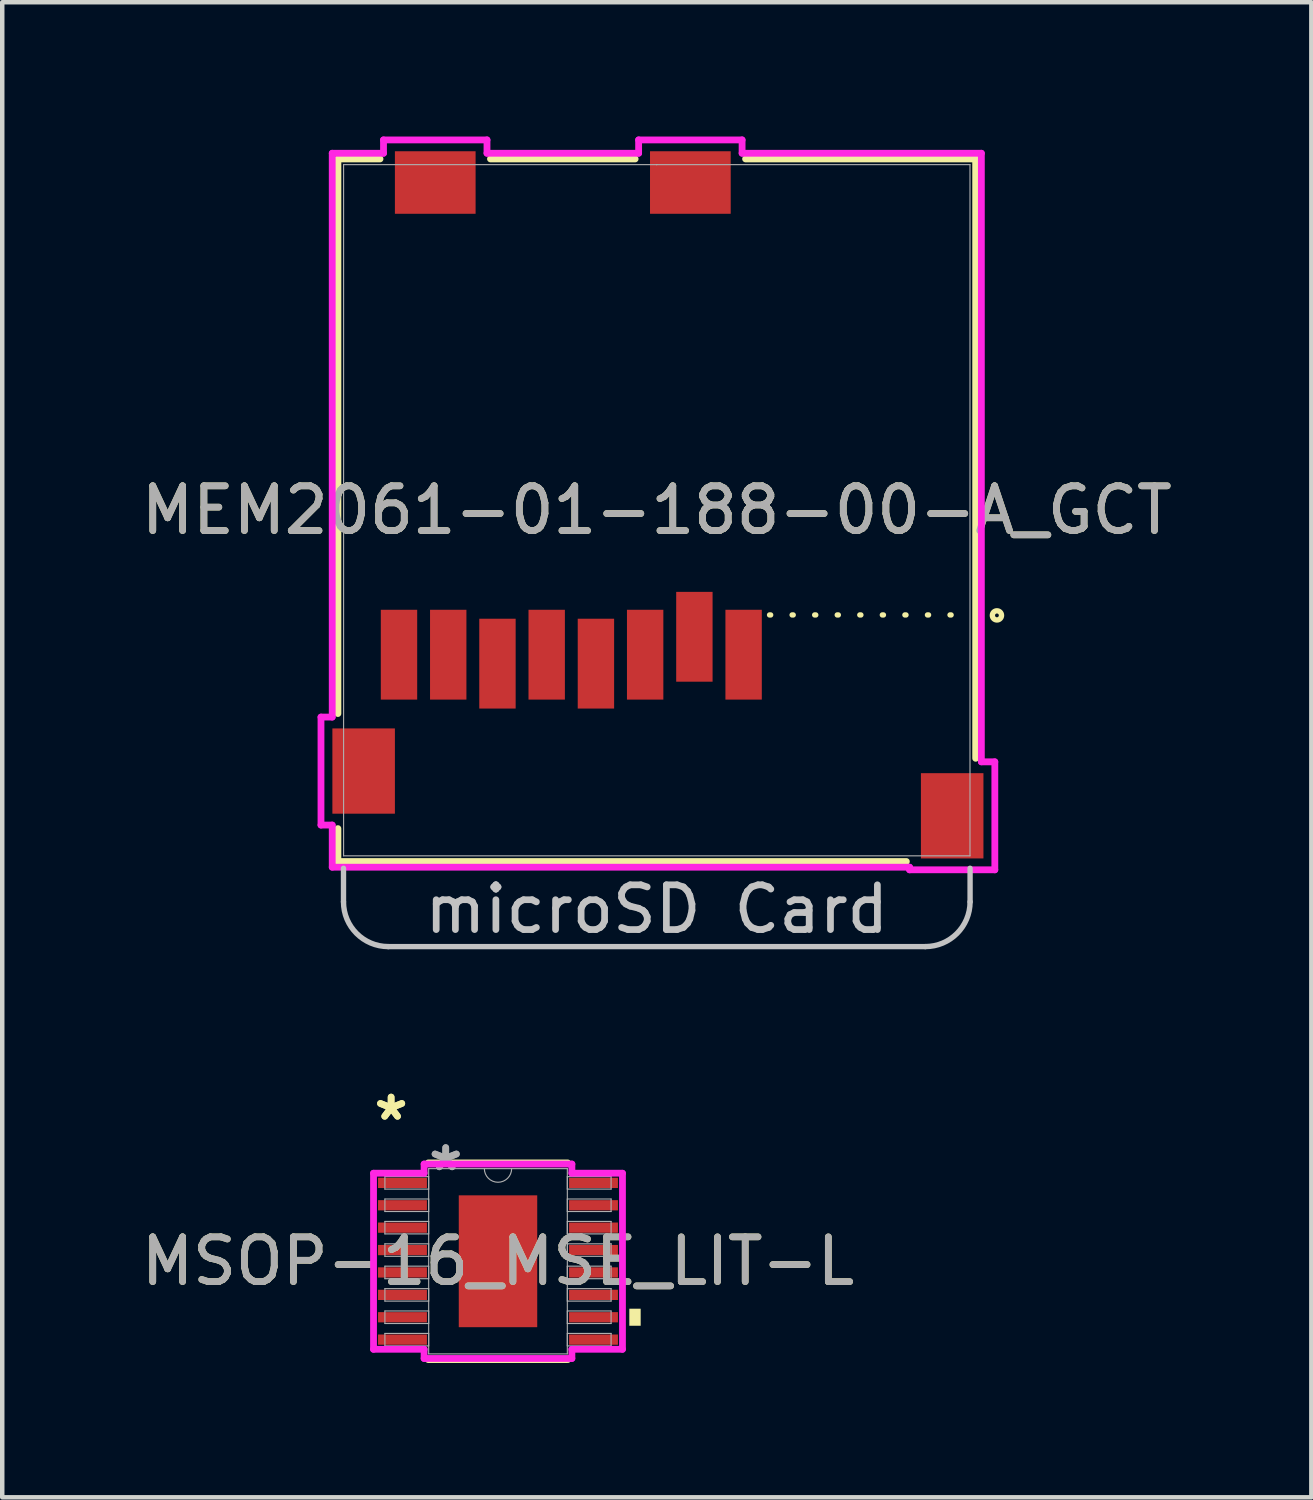
<source format=kicad_pcb>
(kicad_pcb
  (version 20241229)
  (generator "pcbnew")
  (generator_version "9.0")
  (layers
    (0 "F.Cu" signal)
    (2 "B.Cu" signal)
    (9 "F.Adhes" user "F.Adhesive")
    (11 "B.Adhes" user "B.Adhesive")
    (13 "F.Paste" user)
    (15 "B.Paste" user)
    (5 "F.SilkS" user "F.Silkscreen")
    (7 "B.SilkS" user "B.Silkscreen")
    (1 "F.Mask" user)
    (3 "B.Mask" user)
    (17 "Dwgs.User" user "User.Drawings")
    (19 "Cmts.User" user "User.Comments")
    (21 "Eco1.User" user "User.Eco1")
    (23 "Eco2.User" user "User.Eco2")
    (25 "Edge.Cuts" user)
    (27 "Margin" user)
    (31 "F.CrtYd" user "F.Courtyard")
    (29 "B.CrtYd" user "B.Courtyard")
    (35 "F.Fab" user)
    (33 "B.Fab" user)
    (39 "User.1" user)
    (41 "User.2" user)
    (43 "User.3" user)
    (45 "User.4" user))
  (footprint "MSOP-16_MSE_LIT-L"
    (layer "F.Cu")
    (at 8.077 25.131)
    (property "Reference" "MSOP-16_MSE_LIT-L" (at 0 0 0) (unlocked yes) (layer "F.SilkS") (effects (font (size 1 1) (thickness 0.15))))
    (attr smd)
    (fp_line (start -1.558 2.197) (end 1.558 2.197) (stroke (width 0.152) (type solid)) (layer "F.SilkS"))
    (fp_line (start 1.558 -2.197) (end -1.558 -2.197) (stroke (width 0.152) (type solid)) (layer "F.SilkS"))
    (fp_poly (pts (xy 3.188 1.06) (xy 3.188 1.441) (xy 2.934 1.441) (xy 2.934 1.06)) (stroke (width 0) (type solid)) (fill yes) (layer "F.SilkS"))
    (fp_poly (pts (xy -0.776 -1.373) (xy -0.776 -0.1) (xy 0.776 -0.1) (xy 0.776 -1.373)) (stroke (width 0) (type solid)) (fill yes) (layer "F.Paste"))
    (fp_poly (pts (xy -0.776 0.1) (xy -0.776 1.373) (xy 0.776 1.373) (xy 0.776 0.1)) (stroke (width 0) (type solid)) (fill yes) (layer "F.Paste"))
    (fp_line (start -2.781 -1.967) (end -1.651 -1.967) (stroke (width 0.152) (type solid)) (layer "F.CrtYd"))
    (fp_line (start -2.781 1.967) (end -2.781 -1.967) (stroke (width 0.152) (type solid)) (layer "F.CrtYd"))
    (fp_line (start -2.781 1.967) (end -1.651 1.967) (stroke (width 0.152) (type solid)) (layer "F.CrtYd"))
    (fp_line (start -1.651 -2.172) (end 1.651 -2.172) (stroke (width 0.152) (type solid)) (layer "F.CrtYd"))
    (fp_line (start -1.651 -1.967) (end -1.651 -2.172) (stroke (width 0.152) (type solid)) (layer "F.CrtYd"))
    (fp_line (start -1.651 2.172) (end -1.651 1.967) (stroke (width 0.152) (type solid)) (layer "F.CrtYd"))
    (fp_line (start 1.651 -2.172) (end 1.651 -1.967) (stroke (width 0.152) (type solid)) (layer "F.CrtYd"))
    (fp_line (start 1.651 1.967) (end 1.651 2.172) (stroke (width 0.152) (type solid)) (layer "F.CrtYd"))
    (fp_line (start 1.651 2.172) (end -1.651 2.172) (stroke (width 0.152) (type solid)) (layer "F.CrtYd"))
    (fp_line (start 2.781 -1.967) (end 1.651 -1.967) (stroke (width 0.152) (type solid)) (layer "F.CrtYd"))
    (fp_line (start 2.781 -1.967) (end 2.781 1.967) (stroke (width 0.152) (type solid)) (layer "F.CrtYd"))
    (fp_line (start 2.781 1.967) (end 1.651 1.967) (stroke (width 0.152) (type solid)) (layer "F.CrtYd"))
    (fp_line (start -2.527 -1.891) (end -2.527 -1.612) (stroke (width 0.025) (type solid)) (layer "F.Fab"))
    (fp_line (start -2.527 -1.612) (end -1.549 -1.612) (stroke (width 0.025) (type solid)) (layer "F.Fab"))
    (fp_line (start -2.527 -1.391) (end -2.527 -1.111) (stroke (width 0.025) (type solid)) (layer "F.Fab"))
    (fp_line (start -2.527 -1.111) (end -1.549 -1.111) (stroke (width 0.025) (type solid)) (layer "F.Fab"))
    (fp_line (start -2.527 -0.89) (end -2.527 -0.611) (stroke (width 0.025) (type solid)) (layer "F.Fab"))
    (fp_line (start -2.527 -0.611) (end -1.549 -0.611) (stroke (width 0.025) (type solid)) (layer "F.Fab"))
    (fp_line (start -2.527 -0.39) (end -2.527 -0.11) (stroke (width 0.025) (type solid)) (layer "F.Fab"))
    (fp_line (start -2.527 -0.11) (end -1.549 -0.11) (stroke (width 0.025) (type solid)) (layer "F.Fab"))
    (fp_line (start -2.527 0.11) (end -2.527 0.39) (stroke (width 0.025) (type solid)) (layer "F.Fab"))
    (fp_line (start -2.527 0.39) (end -1.549 0.39) (stroke (width 0.025) (type solid)) (layer "F.Fab"))
    (fp_line (start -2.527 0.611) (end -2.527 0.89) (stroke (width 0.025) (type solid)) (layer "F.Fab"))
    (fp_line (start -2.527 0.89) (end -1.549 0.89) (stroke (width 0.025) (type solid)) (layer "F.Fab"))
    (fp_line (start -2.527 1.111) (end -2.527 1.391) (stroke (width 0.025) (type solid)) (layer "F.Fab"))
    (fp_line (start -2.527 1.391) (end -1.549 1.391) (stroke (width 0.025) (type solid)) (layer "F.Fab"))
    (fp_line (start -2.527 1.612) (end -2.527 1.891) (stroke (width 0.025) (type solid)) (layer "F.Fab"))
    (fp_line (start -2.527 1.891) (end -1.549 1.891) (stroke (width 0.025) (type solid)) (layer "F.Fab"))
    (fp_line (start -1.549 -2.07) (end -1.549 2.07) (stroke (width 0.025) (type solid)) (layer "F.Fab"))
    (fp_line (start -1.549 -1.891) (end -2.527 -1.891) (stroke (width 0.025) (type solid)) (layer "F.Fab"))
    (fp_line (start -1.549 -1.612) (end -1.549 -1.891) (stroke (width 0.025) (type solid)) (layer "F.Fab"))
    (fp_line (start -1.549 -1.391) (end -2.527 -1.391) (stroke (width 0.025) (type solid)) (layer "F.Fab"))
    (fp_line (start -1.549 -1.111) (end -1.549 -1.391) (stroke (width 0.025) (type solid)) (layer "F.Fab"))
    (fp_line (start -1.549 -0.89) (end -2.527 -0.89) (stroke (width 0.025) (type solid)) (layer "F.Fab"))
    (fp_line (start -1.549 -0.611) (end -1.549 -0.89) (stroke (width 0.025) (type solid)) (layer "F.Fab"))
    (fp_line (start -1.549 -0.39) (end -2.527 -0.39) (stroke (width 0.025) (type solid)) (layer "F.Fab"))
    (fp_line (start -1.549 -0.11) (end -1.549 -0.39) (stroke (width 0.025) (type solid)) (layer "F.Fab"))
    (fp_line (start -1.549 0.11) (end -2.527 0.11) (stroke (width 0.025) (type solid)) (layer "F.Fab"))
    (fp_line (start -1.549 0.39) (end -1.549 0.11) (stroke (width 0.025) (type solid)) (layer "F.Fab"))
    (fp_line (start -1.549 0.611) (end -2.527 0.611) (stroke (width 0.025) (type solid)) (layer "F.Fab"))
    (fp_line (start -1.549 0.89) (end -1.549 0.611) (stroke (width 0.025) (type solid)) (layer "F.Fab"))
    (fp_line (start -1.549 1.111) (end -2.527 1.111) (stroke (width 0.025) (type solid)) (layer "F.Fab"))
    (fp_line (start -1.549 1.391) (end -1.549 1.111) (stroke (width 0.025) (type solid)) (layer "F.Fab"))
    (fp_line (start -1.549 1.612) (end -2.527 1.612) (stroke (width 0.025) (type solid)) (layer "F.Fab"))
    (fp_line (start -1.549 1.891) (end -1.549 1.612) (stroke (width 0.025) (type solid)) (layer "F.Fab"))
    (fp_line (start -1.549 2.07) (end 1.549 2.07) (stroke (width 0.025) (type solid)) (layer "F.Fab"))
    (fp_line (start 1.549 -2.07) (end -1.549 -2.07) (stroke (width 0.025) (type solid)) (layer "F.Fab"))
    (fp_line (start 1.549 -1.891) (end 1.549 -1.612) (stroke (width 0.025) (type solid)) (layer "F.Fab"))
    (fp_line (start 1.549 -1.612) (end 2.527 -1.612) (stroke (width 0.025) (type solid)) (layer "F.Fab"))
    (fp_line (start 1.549 -1.391) (end 1.549 -1.111) (stroke (width 0.025) (type solid)) (layer "F.Fab"))
    (fp_line (start 1.549 -1.111) (end 2.527 -1.111) (stroke (width 0.025) (type solid)) (layer "F.Fab"))
    (fp_line (start 1.549 -0.89) (end 1.549 -0.611) (stroke (width 0.025) (type solid)) (layer "F.Fab"))
    (fp_line (start 1.549 -0.611) (end 2.527 -0.611) (stroke (width 0.025) (type solid)) (layer "F.Fab"))
    (fp_line (start 1.549 -0.39) (end 1.549 -0.11) (stroke (width 0.025) (type solid)) (layer "F.Fab"))
    (fp_line (start 1.549 -0.11) (end 2.527 -0.11) (stroke (width 0.025) (type solid)) (layer "F.Fab"))
    (fp_line (start 1.549 0.11) (end 1.549 0.39) (stroke (width 0.025) (type solid)) (layer "F.Fab"))
    (fp_line (start 1.549 0.39) (end 2.527 0.39) (stroke (width 0.025) (type solid)) (layer "F.Fab"))
    (fp_line (start 1.549 0.611) (end 1.549 0.89) (stroke (width 0.025) (type solid)) (layer "F.Fab"))
    (fp_line (start 1.549 0.89) (end 2.527 0.89) (stroke (width 0.025) (type solid)) (layer "F.Fab"))
    (fp_line (start 1.549 1.111) (end 1.549 1.391) (stroke (width 0.025) (type solid)) (layer "F.Fab"))
    (fp_line (start 1.549 1.391) (end 2.527 1.391) (stroke (width 0.025) (type solid)) (layer "F.Fab"))
    (fp_line (start 1.549 1.612) (end 1.549 1.891) (stroke (width 0.025) (type solid)) (layer "F.Fab"))
    (fp_line (start 1.549 1.891) (end 2.527 1.891) (stroke (width 0.025) (type solid)) (layer "F.Fab"))
    (fp_line (start 1.549 2.07) (end 1.549 -2.07) (stroke (width 0.025) (type solid)) (layer "F.Fab"))
    (fp_line (start 2.527 -1.891) (end 1.549 -1.891) (stroke (width 0.025) (type solid)) (layer "F.Fab"))
    (fp_line (start 2.527 -1.612) (end 2.527 -1.891) (stroke (width 0.025) (type solid)) (layer "F.Fab"))
    (fp_line (start 2.527 -1.391) (end 1.549 -1.391) (stroke (width 0.025) (type solid)) (layer "F.Fab"))
    (fp_line (start 2.527 -1.111) (end 2.527 -1.391) (stroke (width 0.025) (type solid)) (layer "F.Fab"))
    (fp_line (start 2.527 -0.89) (end 1.549 -0.89) (stroke (width 0.025) (type solid)) (layer "F.Fab"))
    (fp_line (start 2.527 -0.611) (end 2.527 -0.89) (stroke (width 0.025) (type solid)) (layer "F.Fab"))
    (fp_line (start 2.527 -0.39) (end 1.549 -0.39) (stroke (width 0.025) (type solid)) (layer "F.Fab"))
    (fp_line (start 2.527 -0.11) (end 2.527 -0.39) (stroke (width 0.025) (type solid)) (layer "F.Fab"))
    (fp_line (start 2.527 0.11) (end 1.549 0.11) (stroke (width 0.025) (type solid)) (layer "F.Fab"))
    (fp_line (start 2.527 0.39) (end 2.527 0.11) (stroke (width 0.025) (type solid)) (layer "F.Fab"))
    (fp_line (start 2.527 0.611) (end 1.549 0.611) (stroke (width 0.025) (type solid)) (layer "F.Fab"))
    (fp_line (start 2.527 0.89) (end 2.527 0.611) (stroke (width 0.025) (type solid)) (layer "F.Fab"))
    (fp_line (start 2.527 1.111) (end 1.549 1.111) (stroke (width 0.025) (type solid)) (layer "F.Fab"))
    (fp_line (start 2.527 1.391) (end 2.527 1.111) (stroke (width 0.025) (type solid)) (layer "F.Fab"))
    (fp_line (start 2.527 1.612) (end 1.549 1.612) (stroke (width 0.025) (type solid)) (layer "F.Fab"))
    (fp_line (start 2.527 1.891) (end 2.527 1.612) (stroke (width 0.025) (type solid)) (layer "F.Fab"))
    (fp_arc (start 0.3048 -2.0701) (mid 0 -1.7653) (end -0.3048 -2.0701) (stroke (width 0.0254) (type solid)) (layer "F.Fab"))
    (fp_text user "*" (at -2.388 -3.123 0) (layer "F.SilkS") (effects (font (size 1 1) (thickness 0.15))))
    (fp_text user "*" (at -2.388 -3.123 0) (unlocked yes) (layer "F.SilkS") (effects (font (size 1 1) (thickness 0.15))))
    (fp_text user "${REFERENCE}" (at 0 0 0) (unlocked yes) (layer "F.Fab") (effects (font (size 1 1) (thickness 0.15))))
    (fp_text user "*" (at -1.168 -1.994 0) (unlocked yes) (layer "F.Fab") (effects (font (size 1 1) (thickness 0.15))))
    (fp_text user "*" (at -1.168 -1.994 0) (layer "F.Fab") (effects (font (size 1 1) (thickness 0.15))))
    (pad "1" smd rect (at -2.134 -1.751) (size 1.092 0.229) (layers "F.Cu" "F.Mask" "F.Paste"))
    (pad "2" smd rect (at -2.134 -1.251) (size 1.092 0.229) (layers "F.Cu" "F.Mask" "F.Paste"))
    (pad "3" smd rect (at -2.134 -0.751) (size 1.092 0.229) (layers "F.Cu" "F.Mask" "F.Paste"))
    (pad "4" smd rect (at -2.134 -0.25) (size 1.092 0.229) (layers "F.Cu" "F.Mask" "F.Paste"))
    (pad "5" smd rect (at -2.134 0.25) (size 1.092 0.229) (layers "F.Cu" "F.Mask" "F.Paste"))
    (pad "6" smd rect (at -2.134 0.751) (size 1.092 0.229) (layers "F.Cu" "F.Mask" "F.Paste"))
    (pad "7" smd rect (at -2.134 1.251) (size 1.092 0.229) (layers "F.Cu" "F.Mask" "F.Paste"))
    (pad "8" smd rect (at -2.134 1.751) (size 1.092 0.229) (layers "F.Cu" "F.Mask" "F.Paste"))
    (pad "9" smd rect (at 2.134 1.751) (size 1.092 0.229) (layers "F.Cu" "F.Mask" "F.Paste"))
    (pad "10" smd rect (at 2.134 1.251) (size 1.092 0.229) (layers "F.Cu" "F.Mask" "F.Paste"))
    (pad "11" smd rect (at 2.134 0.751) (size 1.092 0.229) (layers "F.Cu" "F.Mask" "F.Paste"))
    (pad "12" smd rect (at 2.134 0.25) (size 1.092 0.229) (layers "F.Cu" "F.Mask" "F.Paste"))
    (pad "13" smd rect (at 2.134 -0.25) (size 1.092 0.229) (layers "F.Cu" "F.Mask" "F.Paste"))
    (pad "14" smd rect (at 2.134 -0.751) (size 1.092 0.229) (layers "F.Cu" "F.Mask" "F.Paste"))
    (pad "15" smd rect (at 2.134 -1.251) (size 1.092 0.229) (layers "F.Cu" "F.Mask" "F.Paste"))
    (pad "16" smd rect (at 2.134 -1.751) (size 1.092 0.229) (layers "F.Cu" "F.Mask" "F.Paste"))
    (pad "EPAD" smd rect (at 0 0) (size 1.753 2.946) (layers "F.Cu" "F.Mask")))
  (footprint "MEM2061-01-188-00-A_GCT"
    (layer "F.Cu")
    (at 11.625 8.35)
    (property "Reference" "MEM2061-01-188-00-A_GCT" (at 0 0 0) (unlocked yes) (layer "F.SilkS") (effects (font (size 1 1) (thickness 0.15))))
    (attr smd)
    (fp_line (start -7.125 -7.849) (end -7.125 4.543) (stroke (width 0.152) (type solid)) (layer "F.SilkS"))
    (fp_line (start -7.125 7.114) (end -7.125 7.849) (stroke (width 0.152) (type solid)) (layer "F.SilkS"))
    (fp_line (start -7.125 7.849) (end 5.576 7.849) (stroke (width 0.152) (type solid)) (layer "F.SilkS"))
    (fp_line (start -6.184 -7.849) (end -7.125 -7.849) (stroke (width 0.152) (type solid)) (layer "F.SilkS"))
    (fp_line (start -0.484 -7.849) (end -3.716 -7.849) (stroke (width 0.152) (type solid)) (layer "F.SilkS"))
    (fp_line (start 2.52 2.34) (end 6.76 2.34) (stroke (width 0.12) (type dot)) (layer "F.SilkS"))
    (fp_line (start 7.125 -7.849) (end 1.984 -7.849) (stroke (width 0.152) (type solid)) (layer "F.SilkS"))
    (fp_line (start 7.125 5.543) (end 7.125 -7.849) (stroke (width 0.152) (type solid)) (layer "F.SilkS"))
    (fp_circle (center 7.6 2.35) (end 7.63 2.32) (stroke (width 0.12) (type default)) (fill no) (layer "F.SilkS"))
    (fp_line (start -7 8.75) (end -7 8) (stroke (width 0.12) (type default)) (layer "Dwgs.User"))
    (fp_line (start 6 9.75) (end -6 9.75) (stroke (width 0.12) (type default)) (layer "Dwgs.User"))
    (fp_line (start 7 8.75) (end 7 8) (stroke (width 0.12) (type default)) (layer "Dwgs.User"))
    (fp_arc (start -6 9.75) (mid -6.707107 9.457107) (end -7 8.75) (stroke (width 0.12) (type default)) (layer "Dwgs.User"))
    (fp_arc (start 7 8.75) (mid 6.707107 9.457107) (end 6 9.75) (stroke (width 0.12) (type default)) (layer "Dwgs.User"))
    (fp_line (start -7.503 4.622) (end -7.503 7.035) (stroke (width 0.152) (type solid)) (layer "F.CrtYd"))
    (fp_line (start -7.503 7.035) (end -7.252 7.035) (stroke (width 0.152) (type solid)) (layer "F.CrtYd"))
    (fp_line (start -7.252 -7.976) (end -7.252 4.622) (stroke (width 0.152) (type solid)) (layer "F.CrtYd"))
    (fp_line (start -7.252 4.622) (end -7.503 4.622) (stroke (width 0.152) (type solid)) (layer "F.CrtYd"))
    (fp_line (start -7.252 7.035) (end -7.252 7.976) (stroke (width 0.152) (type solid)) (layer "F.CrtYd"))
    (fp_line (start -7.252 7.976) (end 5.648 7.976) (stroke (width 0.152) (type solid)) (layer "F.CrtYd"))
    (fp_line (start -6.106 -8.274) (end -6.106 -7.976) (stroke (width 0.152) (type solid)) (layer "F.CrtYd"))
    (fp_line (start -6.106 -7.976) (end -7.252 -7.976) (stroke (width 0.152) (type solid)) (layer "F.CrtYd"))
    (fp_line (start -3.794 -8.274) (end -6.106 -8.274) (stroke (width 0.152) (type solid)) (layer "F.CrtYd"))
    (fp_line (start -3.794 -7.976) (end -3.794 -8.274) (stroke (width 0.152) (type solid)) (layer "F.CrtYd"))
    (fp_line (start -0.406 -8.274) (end -0.406 -7.976) (stroke (width 0.152) (type solid)) (layer "F.CrtYd"))
    (fp_line (start -0.406 -7.976) (end -3.794 -7.976) (stroke (width 0.152) (type solid)) (layer "F.CrtYd"))
    (fp_line (start 1.906 -8.274) (end -0.406 -8.274) (stroke (width 0.152) (type solid)) (layer "F.CrtYd"))
    (fp_line (start 1.906 -7.976) (end 1.906 -8.274) (stroke (width 0.152) (type solid)) (layer "F.CrtYd"))
    (fp_line (start 5.648 7.976) (end 5.648 8.035) (stroke (width 0.152) (type solid)) (layer "F.CrtYd"))
    (fp_line (start 5.648 8.035) (end 7.553 8.035) (stroke (width 0.152) (type solid)) (layer "F.CrtYd"))
    (fp_line (start 7.252 -7.976) (end 1.906 -7.976) (stroke (width 0.152) (type solid)) (layer "F.CrtYd"))
    (fp_line (start 7.252 5.622) (end 7.252 -7.976) (stroke (width 0.152) (type solid)) (layer "F.CrtYd"))
    (fp_line (start 7.553 5.622) (end 7.252 5.622) (stroke (width 0.152) (type solid)) (layer "F.CrtYd"))
    (fp_line (start 7.553 8.035) (end 7.553 5.622) (stroke (width 0.152) (type solid)) (layer "F.CrtYd"))
    (fp_line (start -6.998 -7.722) (end -6.998 7.722) (stroke (width 0.025) (type solid)) (layer "F.Fab"))
    (fp_line (start -6.998 7.722) (end 6.998 7.722) (stroke (width 0.025) (type solid)) (layer "F.Fab"))
    (fp_line (start 0 -7.722) (end 0 -7.722) (stroke (width 0.025) (type solid)) (layer "F.Fab"))
    (fp_line (start 0 -7.722) (end 0 -7.722) (stroke (width 0.025) (type solid)) (layer "F.Fab"))
    (fp_line (start 0 -7.722) (end 0 -7.722) (stroke (width 0.025) (type solid)) (layer "F.Fab"))
    (fp_line (start 0 -7.722) (end 0 -7.722) (stroke (width 0.025) (type solid)) (layer "F.Fab"))
    (fp_line (start 6.998 -7.722) (end -6.998 -7.722) (stroke (width 0.025) (type solid)) (layer "F.Fab"))
    (fp_line (start 6.998 7.722) (end 6.998 -7.722) (stroke (width 0.025) (type solid)) (layer "F.Fab"))
    (fp_text user "microSD Card" (at 0 9.5 0) (unlocked yes) (layer "Dwgs.User") (effects (font (size 1 1) (thickness 0.15)) (justify bottom)))
    (fp_text user "${REFERENCE}" (at 0 0 0) (unlocked yes) (layer "F.Fab") (effects (font (size 1 1) (thickness 0.15))))
    (pad "9" smd rect (at -4.95 -7.322) (size 1.803 1.397) (layers "F.Cu" "F.Mask" "F.Paste"))
    (pad "10" smd rect (at 0.75 -7.322) (size 1.803 1.397) (layers "F.Cu" "F.Mask" "F.Paste"))
    (pad "11" smd rect (at -6.55 5.828) (size 1.397 1.905) (layers "F.Cu" "F.Mask" "F.Paste"))
    (pad "12" smd rect (at 6.6 6.828) (size 1.397 1.905) (layers "F.Cu" "F.Mask" "F.Paste"))
    (pad "P1" smd rect (at 1.94 3.228) (size 0.813 2.007) (layers "F.Cu" "F.Mask" "F.Paste"))
    (pad "P2" smd rect (at 0.84 2.828) (size 0.813 2.007) (layers "F.Cu" "F.Mask" "F.Paste"))
    (pad "P3" smd rect (at -0.26 3.228) (size 0.813 2.007) (layers "F.Cu" "F.Mask" "F.Paste"))
    (pad "P4" smd rect (at -1.36 3.428) (size 0.813 2.007) (layers "F.Cu" "F.Mask" "F.Paste"))
    (pad "P5" smd rect (at -2.46 3.228) (size 0.813 2.007) (layers "F.Cu" "F.Mask" "F.Paste"))
    (pad "P6" smd rect (at -3.56 3.428) (size 0.813 2.007) (layers "F.Cu" "F.Mask" "F.Paste"))
    (pad "P7" smd rect (at -4.66 3.228) (size 0.813 2.007) (layers "F.Cu" "F.Mask" "F.Paste"))
    (pad "P8" smd rect (at -5.76 3.228) (size 0.813 2.007) (layers "F.Cu" "F.Mask" "F.Paste")))
  (gr_rect
    (start -3 -3)
    (end 26.25 30.405)
    (stroke (width 0.1) (type default))
    (fill no)
    (layer "Edge.Cuts")))
</source>
